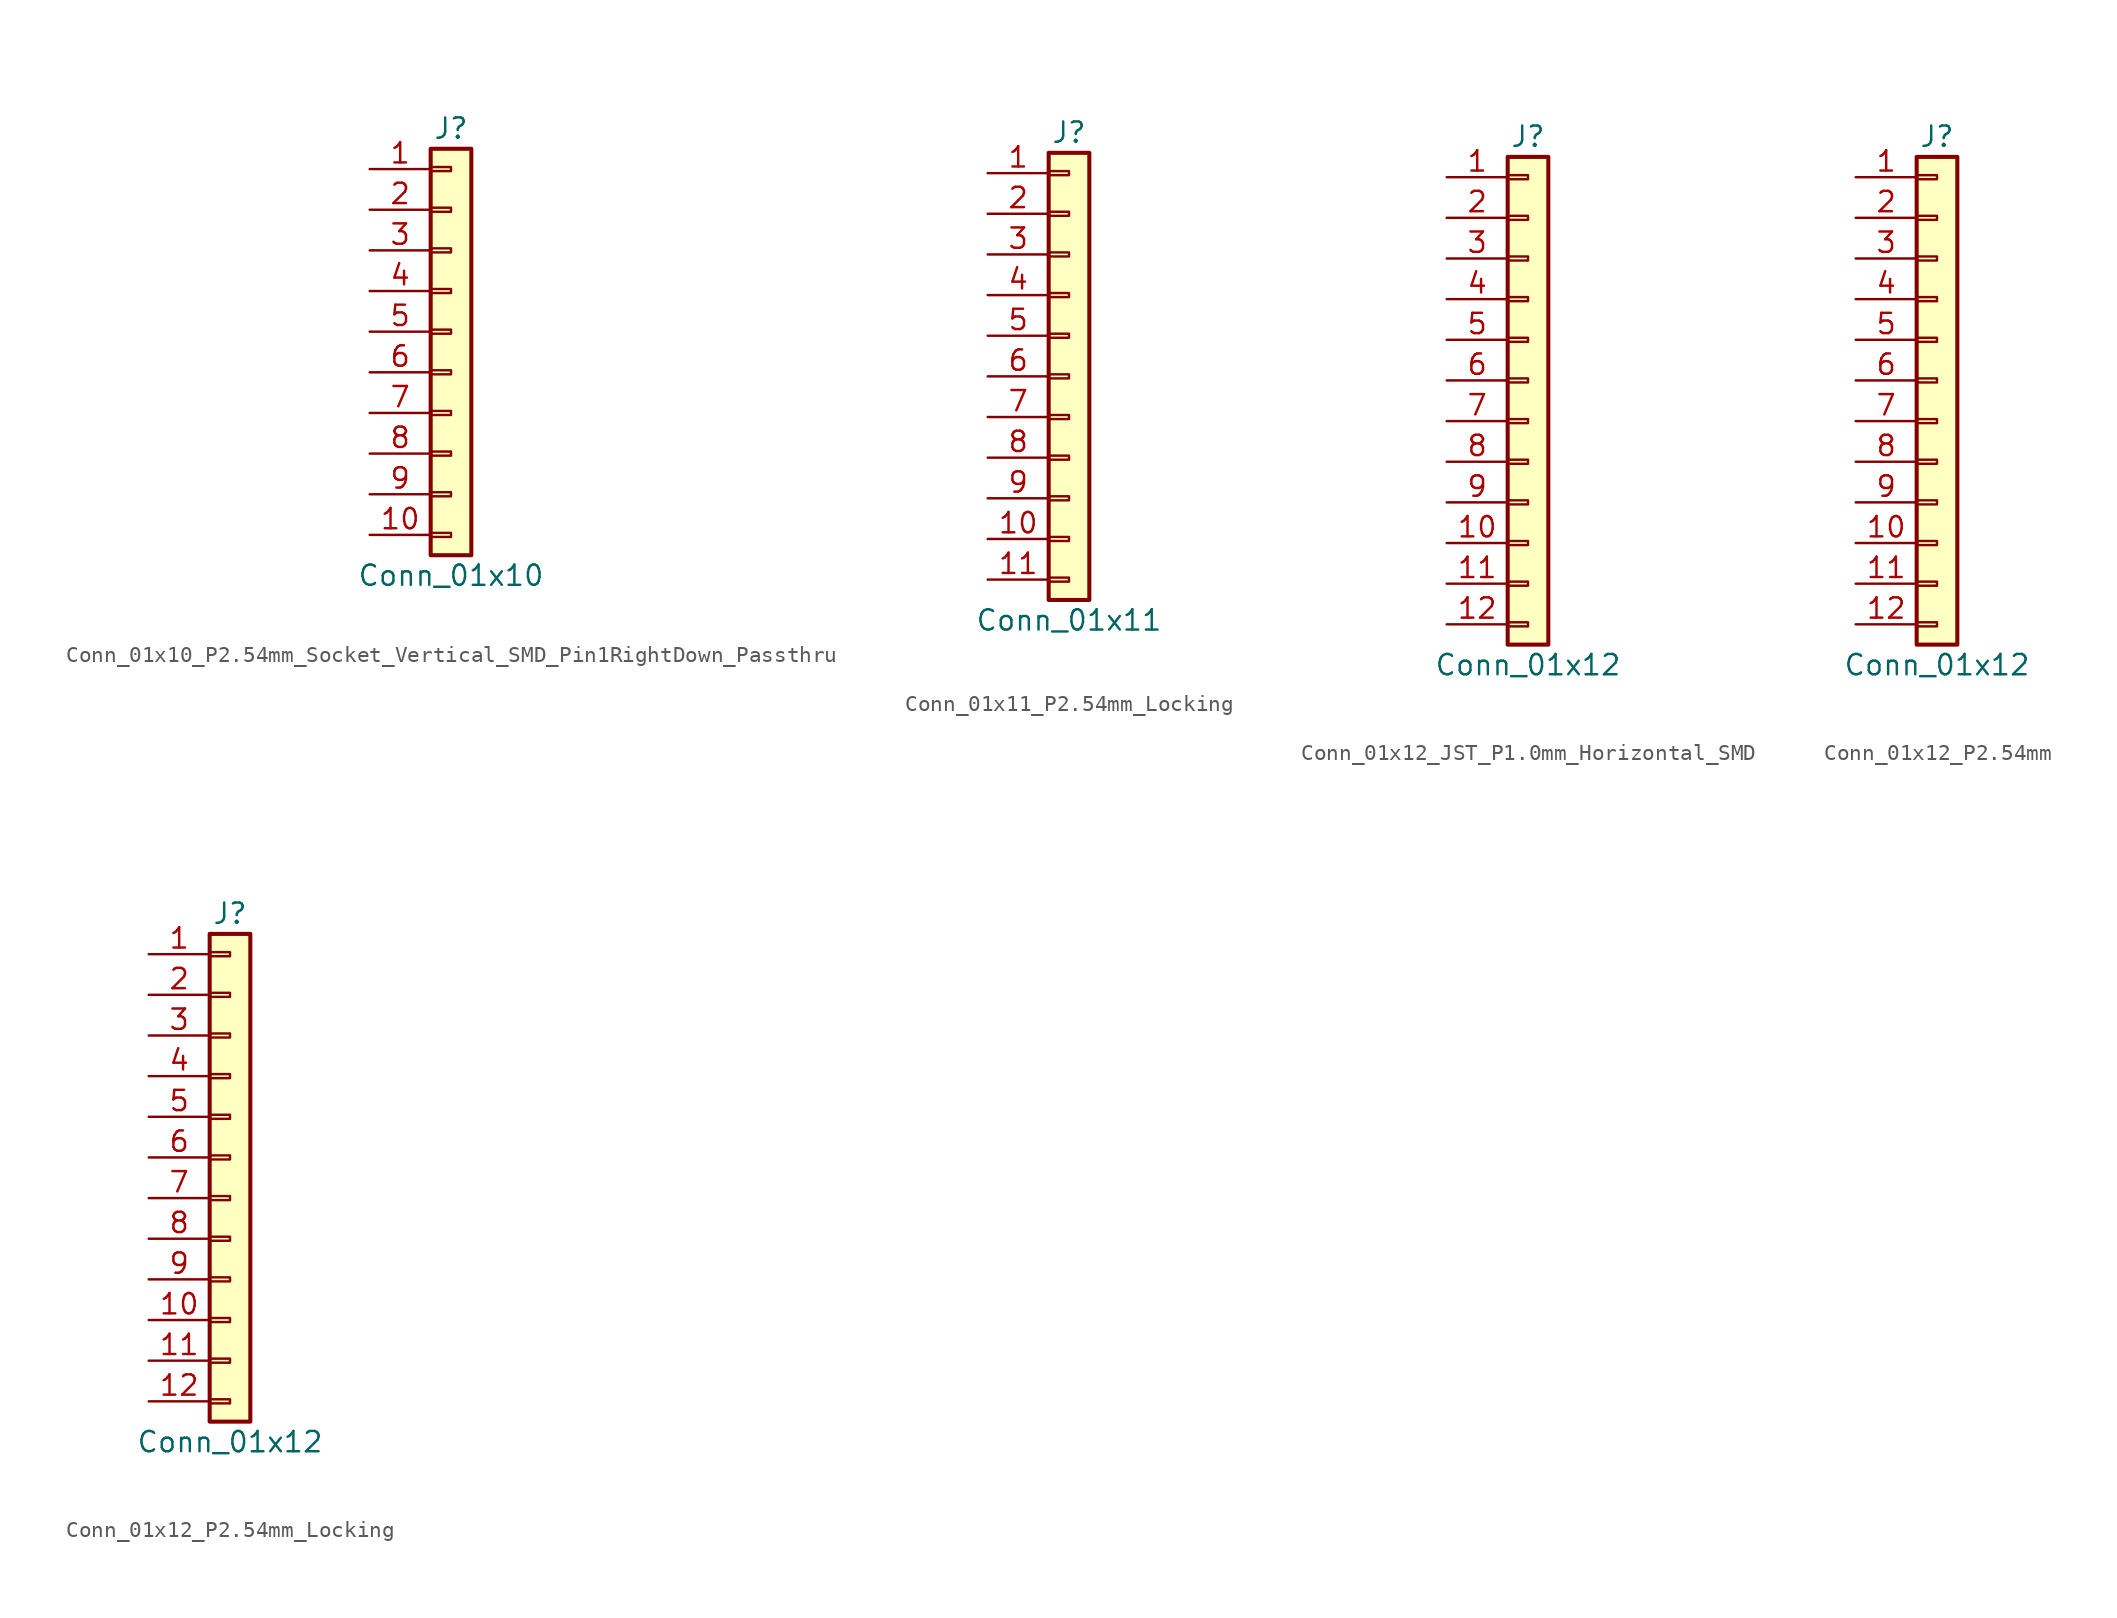
<source format=kicad_sym>
(kicad_symbol_lib
  (version 20241209)
  (generator "kicad_symbol_editor")
  (generator_version "9.0")
  (symbol "Conn_01x10_P2.54mm_Socket_Vertical_SMD_Pin1RightDown_Passthru"
    (pin_names
      (offset 1.016)
      (hide yes))
    (property "Reference" "J"
      (at 0 12.7 0)
      (effects (font (size 1.27 1.27))))
    (property "Value" "Conn_01x10"
      (at 0 -15.24 0)
      (effects (font (size 1.27 1.27))))
    (symbol "Conn_01x10_P2.54mm_Socket_Vertical_SMD_Pin1RightDown_Passthru_1_1"
      (rectangle (start -1.27 11.43) (end 1.27 -13.97) (stroke (width 0.254) (type default)) (fill (type background)))
      (rectangle (start -1.27 10.287) (end 0 10.033) (stroke (width 0.152) (type default)) (fill (type none)))
      (rectangle (start -1.27 7.747) (end 0 7.493) (stroke (width 0.152) (type default)) (fill (type none)))
      (rectangle (start -1.27 5.207) (end 0 4.953) (stroke (width 0.152) (type default)) (fill (type none)))
      (rectangle (start -1.27 2.667) (end 0 2.413) (stroke (width 0.152) (type default)) (fill (type none)))
      (rectangle (start -1.27 0.127) (end 0 -0.127) (stroke (width 0.152) (type default)) (fill (type none)))
      (rectangle (start -1.27 -2.413) (end 0 -2.667) (stroke (width 0.152) (type default)) (fill (type none)))
      (rectangle (start -1.27 -4.953) (end 0 -5.207) (stroke (width 0.152) (type default)) (fill (type none)))
      (rectangle (start -1.27 -7.493) (end 0 -7.747) (stroke (width 0.152) (type default)) (fill (type none)))
      (rectangle (start -1.27 -10.033) (end 0 -10.287) (stroke (width 0.152) (type default)) (fill (type none)))
      (rectangle (start -1.27 -12.573) (end 0 -12.827) (stroke (width 0.152) (type default)) (fill (type none)))
      (pin passive line (at -5.08 10.16 0) (length 3.81) (name "Pin_1" (effects (font (size 1.27 1.27)))) (number "1" (effects (font (size 1.27 1.27)))))
      (pin passive line (at -5.08 7.62 0) (length 3.81) (name "Pin_2" (effects (font (size 1.27 1.27)))) (number "2" (effects (font (size 1.27 1.27)))))
      (pin passive line (at -5.08 5.08 0) (length 3.81) (name "Pin_3" (effects (font (size 1.27 1.27)))) (number "3" (effects (font (size 1.27 1.27)))))
      (pin passive line (at -5.08 2.54 0) (length 3.81) (name "Pin_4" (effects (font (size 1.27 1.27)))) (number "4" (effects (font (size 1.27 1.27)))))
      (pin passive line (at -5.08 0 0) (length 3.81) (name "Pin_5" (effects (font (size 1.27 1.27)))) (number "5" (effects (font (size 1.27 1.27)))))
      (pin passive line (at -5.08 -2.54 0) (length 3.81) (name "Pin_6" (effects (font (size 1.27 1.27)))) (number "6" (effects (font (size 1.27 1.27)))))
      (pin passive line (at -5.08 -5.08 0) (length 3.81) (name "Pin_7" (effects (font (size 1.27 1.27)))) (number "7" (effects (font (size 1.27 1.27)))))
      (pin passive line (at -5.08 -7.62 0) (length 3.81) (name "Pin_8" (effects (font (size 1.27 1.27)))) (number "8" (effects (font (size 1.27 1.27)))))
      (pin passive line (at -5.08 -10.16 0) (length 3.81) (name "Pin_9" (effects (font (size 1.27 1.27)))) (number "9" (effects (font (size 1.27 1.27)))))
      (pin passive line (at -5.08 -12.7 0) (length 3.81) (name "Pin_10" (effects (font (size 1.27 1.27)))) (number "10" (effects (font (size 1.27 1.27)))))))
  (symbol "Conn_01x11_P2.54mm_Locking"
    (pin_names
      (offset 1.016)
      (hide yes))
    (property "Reference" "J"
      (at 0 15.24 0)
      (effects (font (size 1.27 1.27))))
    (property "Value" "Conn_01x11"
      (at 0 -15.24 0)
      (effects (font (size 1.27 1.27))))
    (symbol "Conn_01x11_P2.54mm_Locking_1_1"
      (rectangle (start -1.27 13.97) (end 1.27 -13.97) (stroke (width 0.254) (type default)) (fill (type background)))
      (rectangle (start -1.27 12.827) (end 0 12.573) (stroke (width 0.152) (type default)) (fill (type none)))
      (rectangle (start -1.27 10.287) (end 0 10.033) (stroke (width 0.152) (type default)) (fill (type none)))
      (rectangle (start -1.27 7.747) (end 0 7.493) (stroke (width 0.152) (type default)) (fill (type none)))
      (rectangle (start -1.27 5.207) (end 0 4.953) (stroke (width 0.152) (type default)) (fill (type none)))
      (rectangle (start -1.27 2.667) (end 0 2.413) (stroke (width 0.152) (type default)) (fill (type none)))
      (rectangle (start -1.27 0.127) (end 0 -0.127) (stroke (width 0.152) (type default)) (fill (type none)))
      (rectangle (start -1.27 -2.413) (end 0 -2.667) (stroke (width 0.152) (type default)) (fill (type none)))
      (rectangle (start -1.27 -4.953) (end 0 -5.207) (stroke (width 0.152) (type default)) (fill (type none)))
      (rectangle (start -1.27 -7.493) (end 0 -7.747) (stroke (width 0.152) (type default)) (fill (type none)))
      (rectangle (start -1.27 -10.033) (end 0 -10.287) (stroke (width 0.152) (type default)) (fill (type none)))
      (rectangle (start -1.27 -12.573) (end 0 -12.827) (stroke (width 0.152) (type default)) (fill (type none)))
      (pin passive line (at -5.08 12.7 0) (length 3.81) (name "Pin_1" (effects (font (size 1.27 1.27)))) (number "1" (effects (font (size 1.27 1.27)))))
      (pin passive line (at -5.08 10.16 0) (length 3.81) (name "Pin_2" (effects (font (size 1.27 1.27)))) (number "2" (effects (font (size 1.27 1.27)))))
      (pin passive line (at -5.08 7.62 0) (length 3.81) (name "Pin_3" (effects (font (size 1.27 1.27)))) (number "3" (effects (font (size 1.27 1.27)))))
      (pin passive line (at -5.08 5.08 0) (length 3.81) (name "Pin_4" (effects (font (size 1.27 1.27)))) (number "4" (effects (font (size 1.27 1.27)))))
      (pin passive line (at -5.08 2.54 0) (length 3.81) (name "Pin_5" (effects (font (size 1.27 1.27)))) (number "5" (effects (font (size 1.27 1.27)))))
      (pin passive line (at -5.08 0 0) (length 3.81) (name "Pin_6" (effects (font (size 1.27 1.27)))) (number "6" (effects (font (size 1.27 1.27)))))
      (pin passive line (at -5.08 -2.54 0) (length 3.81) (name "Pin_7" (effects (font (size 1.27 1.27)))) (number "7" (effects (font (size 1.27 1.27)))))
      (pin passive line (at -5.08 -5.08 0) (length 3.81) (name "Pin_8" (effects (font (size 1.27 1.27)))) (number "8" (effects (font (size 1.27 1.27)))))
      (pin passive line (at -5.08 -7.62 0) (length 3.81) (name "Pin_9" (effects (font (size 1.27 1.27)))) (number "9" (effects (font (size 1.27 1.27)))))
      (pin passive line (at -5.08 -10.16 0) (length 3.81) (name "Pin_10" (effects (font (size 1.27 1.27)))) (number "10" (effects (font (size 1.27 1.27)))))
      (pin passive line (at -5.08 -12.7 0) (length 3.81) (name "Pin_11" (effects (font (size 1.27 1.27)))) (number "11" (effects (font (size 1.27 1.27)))))))
  (symbol "Conn_01x12_JST_P1.0mm_Horizontal_SMD"
    (pin_names
      (offset 1.016)
      (hide yes))
    (property "Reference" "J"
      (at 0 15.24 0)
      (effects (font (size 1.27 1.27))))
    (property "Value" "Conn_01x12"
      (at 0 -17.78 0)
      (effects (font (size 1.27 1.27))))
    (symbol "Conn_01x12_JST_P1.0mm_Horizontal_SMD_1_1"
      (rectangle (start -1.27 13.97) (end 1.27 -16.51) (stroke (width 0.254) (type default)) (fill (type background)))
      (rectangle (start -1.27 12.827) (end 0 12.573) (stroke (width 0.152) (type default)) (fill (type none)))
      (rectangle (start -1.27 10.287) (end 0 10.033) (stroke (width 0.152) (type default)) (fill (type none)))
      (rectangle (start -1.27 7.747) (end 0 7.493) (stroke (width 0.152) (type default)) (fill (type none)))
      (rectangle (start -1.27 5.207) (end 0 4.953) (stroke (width 0.152) (type default)) (fill (type none)))
      (rectangle (start -1.27 2.667) (end 0 2.413) (stroke (width 0.152) (type default)) (fill (type none)))
      (rectangle (start -1.27 0.127) (end 0 -0.127) (stroke (width 0.152) (type default)) (fill (type none)))
      (rectangle (start -1.27 -2.413) (end 0 -2.667) (stroke (width 0.152) (type default)) (fill (type none)))
      (rectangle (start -1.27 -4.953) (end 0 -5.207) (stroke (width 0.152) (type default)) (fill (type none)))
      (rectangle (start -1.27 -7.493) (end 0 -7.747) (stroke (width 0.152) (type default)) (fill (type none)))
      (rectangle (start -1.27 -10.033) (end 0 -10.287) (stroke (width 0.152) (type default)) (fill (type none)))
      (rectangle (start -1.27 -12.573) (end 0 -12.827) (stroke (width 0.152) (type default)) (fill (type none)))
      (rectangle (start -1.27 -15.113) (end 0 -15.367) (stroke (width 0.152) (type default)) (fill (type none)))
      (pin passive line (at -5.08 12.7 0) (length 3.81) (name "Pin_1" (effects (font (size 1.27 1.27)))) (number "1" (effects (font (size 1.27 1.27)))))
      (pin passive line (at -5.08 10.16 0) (length 3.81) (name "Pin_2" (effects (font (size 1.27 1.27)))) (number "2" (effects (font (size 1.27 1.27)))))
      (pin passive line (at -5.08 7.62 0) (length 3.81) (name "Pin_3" (effects (font (size 1.27 1.27)))) (number "3" (effects (font (size 1.27 1.27)))))
      (pin passive line (at -5.08 5.08 0) (length 3.81) (name "Pin_4" (effects (font (size 1.27 1.27)))) (number "4" (effects (font (size 1.27 1.27)))))
      (pin passive line (at -5.08 2.54 0) (length 3.81) (name "Pin_5" (effects (font (size 1.27 1.27)))) (number "5" (effects (font (size 1.27 1.27)))))
      (pin passive line (at -5.08 0 0) (length 3.81) (name "Pin_6" (effects (font (size 1.27 1.27)))) (number "6" (effects (font (size 1.27 1.27)))))
      (pin passive line (at -5.08 -2.54 0) (length 3.81) (name "Pin_7" (effects (font (size 1.27 1.27)))) (number "7" (effects (font (size 1.27 1.27)))))
      (pin passive line (at -5.08 -5.08 0) (length 3.81) (name "Pin_8" (effects (font (size 1.27 1.27)))) (number "8" (effects (font (size 1.27 1.27)))))
      (pin passive line (at -5.08 -7.62 0) (length 3.81) (name "Pin_9" (effects (font (size 1.27 1.27)))) (number "9" (effects (font (size 1.27 1.27)))))
      (pin passive line (at -5.08 -10.16 0) (length 3.81) (name "Pin_10" (effects (font (size 1.27 1.27)))) (number "10" (effects (font (size 1.27 1.27)))))
      (pin passive line (at -5.08 -12.7 0) (length 3.81) (name "Pin_11" (effects (font (size 1.27 1.27)))) (number "11" (effects (font (size 1.27 1.27)))))
      (pin passive line (at -5.08 -15.24 0) (length 3.81) (name "Pin_12" (effects (font (size 1.27 1.27)))) (number "12" (effects (font (size 1.27 1.27)))))))
  (symbol "Conn_01x12_P2.54mm"
    (pin_names
      (offset 1.016)
      (hide yes))
    (property "Reference" "J"
      (at 0 15.24 0)
      (effects (font (size 1.27 1.27))))
    (property "Value" "Conn_01x12"
      (at 0 -17.78 0)
      (effects (font (size 1.27 1.27))))
    (symbol "Conn_01x12_P2.54mm_1_1"
      (rectangle (start -1.27 13.97) (end 1.27 -16.51) (stroke (width 0.254) (type default)) (fill (type background)))
      (rectangle (start -1.27 12.827) (end 0 12.573) (stroke (width 0.152) (type default)) (fill (type none)))
      (rectangle (start -1.27 10.287) (end 0 10.033) (stroke (width 0.152) (type default)) (fill (type none)))
      (rectangle (start -1.27 7.747) (end 0 7.493) (stroke (width 0.152) (type default)) (fill (type none)))
      (rectangle (start -1.27 5.207) (end 0 4.953) (stroke (width 0.152) (type default)) (fill (type none)))
      (rectangle (start -1.27 2.667) (end 0 2.413) (stroke (width 0.152) (type default)) (fill (type none)))
      (rectangle (start -1.27 0.127) (end 0 -0.127) (stroke (width 0.152) (type default)) (fill (type none)))
      (rectangle (start -1.27 -2.413) (end 0 -2.667) (stroke (width 0.152) (type default)) (fill (type none)))
      (rectangle (start -1.27 -4.953) (end 0 -5.207) (stroke (width 0.152) (type default)) (fill (type none)))
      (rectangle (start -1.27 -7.493) (end 0 -7.747) (stroke (width 0.152) (type default)) (fill (type none)))
      (rectangle (start -1.27 -10.033) (end 0 -10.287) (stroke (width 0.152) (type default)) (fill (type none)))
      (rectangle (start -1.27 -12.573) (end 0 -12.827) (stroke (width 0.152) (type default)) (fill (type none)))
      (rectangle (start -1.27 -15.113) (end 0 -15.367) (stroke (width 0.152) (type default)) (fill (type none)))
      (pin passive line (at -5.08 12.7 0) (length 3.81) (name "Pin_1" (effects (font (size 1.27 1.27)))) (number "1" (effects (font (size 1.27 1.27)))))
      (pin passive line (at -5.08 10.16 0) (length 3.81) (name "Pin_2" (effects (font (size 1.27 1.27)))) (number "2" (effects (font (size 1.27 1.27)))))
      (pin passive line (at -5.08 7.62 0) (length 3.81) (name "Pin_3" (effects (font (size 1.27 1.27)))) (number "3" (effects (font (size 1.27 1.27)))))
      (pin passive line (at -5.08 5.08 0) (length 3.81) (name "Pin_4" (effects (font (size 1.27 1.27)))) (number "4" (effects (font (size 1.27 1.27)))))
      (pin passive line (at -5.08 2.54 0) (length 3.81) (name "Pin_5" (effects (font (size 1.27 1.27)))) (number "5" (effects (font (size 1.27 1.27)))))
      (pin passive line (at -5.08 0 0) (length 3.81) (name "Pin_6" (effects (font (size 1.27 1.27)))) (number "6" (effects (font (size 1.27 1.27)))))
      (pin passive line (at -5.08 -2.54 0) (length 3.81) (name "Pin_7" (effects (font (size 1.27 1.27)))) (number "7" (effects (font (size 1.27 1.27)))))
      (pin passive line (at -5.08 -5.08 0) (length 3.81) (name "Pin_8" (effects (font (size 1.27 1.27)))) (number "8" (effects (font (size 1.27 1.27)))))
      (pin passive line (at -5.08 -7.62 0) (length 3.81) (name "Pin_9" (effects (font (size 1.27 1.27)))) (number "9" (effects (font (size 1.27 1.27)))))
      (pin passive line (at -5.08 -10.16 0) (length 3.81) (name "Pin_10" (effects (font (size 1.27 1.27)))) (number "10" (effects (font (size 1.27 1.27)))))
      (pin passive line (at -5.08 -12.7 0) (length 3.81) (name "Pin_11" (effects (font (size 1.27 1.27)))) (number "11" (effects (font (size 1.27 1.27)))))
      (pin passive line (at -5.08 -15.24 0) (length 3.81) (name "Pin_12" (effects (font (size 1.27 1.27)))) (number "12" (effects (font (size 1.27 1.27)))))))
  (symbol "Conn_01x12_P2.54mm_Locking"
    (pin_names
      (offset 1.016)
      (hide yes))
    (property "Reference" "J"
      (at 0 15.24 0)
      (effects (font (size 1.27 1.27))))
    (property "Value" "Conn_01x12"
      (at 0 -17.78 0)
      (effects (font (size 1.27 1.27))))
    (symbol "Conn_01x12_P2.54mm_Locking_1_1"
      (rectangle (start -1.27 13.97) (end 1.27 -16.51) (stroke (width 0.254) (type default)) (fill (type background)))
      (rectangle (start -1.27 12.827) (end 0 12.573) (stroke (width 0.152) (type default)) (fill (type none)))
      (rectangle (start -1.27 10.287) (end 0 10.033) (stroke (width 0.152) (type default)) (fill (type none)))
      (rectangle (start -1.27 7.747) (end 0 7.493) (stroke (width 0.152) (type default)) (fill (type none)))
      (rectangle (start -1.27 5.207) (end 0 4.953) (stroke (width 0.152) (type default)) (fill (type none)))
      (rectangle (start -1.27 2.667) (end 0 2.413) (stroke (width 0.152) (type default)) (fill (type none)))
      (rectangle (start -1.27 0.127) (end 0 -0.127) (stroke (width 0.152) (type default)) (fill (type none)))
      (rectangle (start -1.27 -2.413) (end 0 -2.667) (stroke (width 0.152) (type default)) (fill (type none)))
      (rectangle (start -1.27 -4.953) (end 0 -5.207) (stroke (width 0.152) (type default)) (fill (type none)))
      (rectangle (start -1.27 -7.493) (end 0 -7.747) (stroke (width 0.152) (type default)) (fill (type none)))
      (rectangle (start -1.27 -10.033) (end 0 -10.287) (stroke (width 0.152) (type default)) (fill (type none)))
      (rectangle (start -1.27 -12.573) (end 0 -12.827) (stroke (width 0.152) (type default)) (fill (type none)))
      (rectangle (start -1.27 -15.113) (end 0 -15.367) (stroke (width 0.152) (type default)) (fill (type none)))
      (pin passive line (at -5.08 12.7 0) (length 3.81) (name "Pin_1" (effects (font (size 1.27 1.27)))) (number "1" (effects (font (size 1.27 1.27)))))
      (pin passive line (at -5.08 10.16 0) (length 3.81) (name "Pin_2" (effects (font (size 1.27 1.27)))) (number "2" (effects (font (size 1.27 1.27)))))
      (pin passive line (at -5.08 7.62 0) (length 3.81) (name "Pin_3" (effects (font (size 1.27 1.27)))) (number "3" (effects (font (size 1.27 1.27)))))
      (pin passive line (at -5.08 5.08 0) (length 3.81) (name "Pin_4" (effects (font (size 1.27 1.27)))) (number "4" (effects (font (size 1.27 1.27)))))
      (pin passive line (at -5.08 2.54 0) (length 3.81) (name "Pin_5" (effects (font (size 1.27 1.27)))) (number "5" (effects (font (size 1.27 1.27)))))
      (pin passive line (at -5.08 0 0) (length 3.81) (name "Pin_6" (effects (font (size 1.27 1.27)))) (number "6" (effects (font (size 1.27 1.27)))))
      (pin passive line (at -5.08 -2.54 0) (length 3.81) (name "Pin_7" (effects (font (size 1.27 1.27)))) (number "7" (effects (font (size 1.27 1.27)))))
      (pin passive line (at -5.08 -5.08 0) (length 3.81) (name "Pin_8" (effects (font (size 1.27 1.27)))) (number "8" (effects (font (size 1.27 1.27)))))
      (pin passive line (at -5.08 -7.62 0) (length 3.81) (name "Pin_9" (effects (font (size 1.27 1.27)))) (number "9" (effects (font (size 1.27 1.27)))))
      (pin passive line (at -5.08 -10.16 0) (length 3.81) (name "Pin_10" (effects (font (size 1.27 1.27)))) (number "10" (effects (font (size 1.27 1.27)))))
      (pin passive line (at -5.08 -12.7 0) (length 3.81) (name "Pin_11" (effects (font (size 1.27 1.27)))) (number "11" (effects (font (size 1.27 1.27)))))
      (pin passive line (at -5.08 -15.24 0) (length 3.81) (name "Pin_12" (effects (font (size 1.27 1.27)))) (number "12" (effects (font (size 1.27 1.27))))))))
</source>
